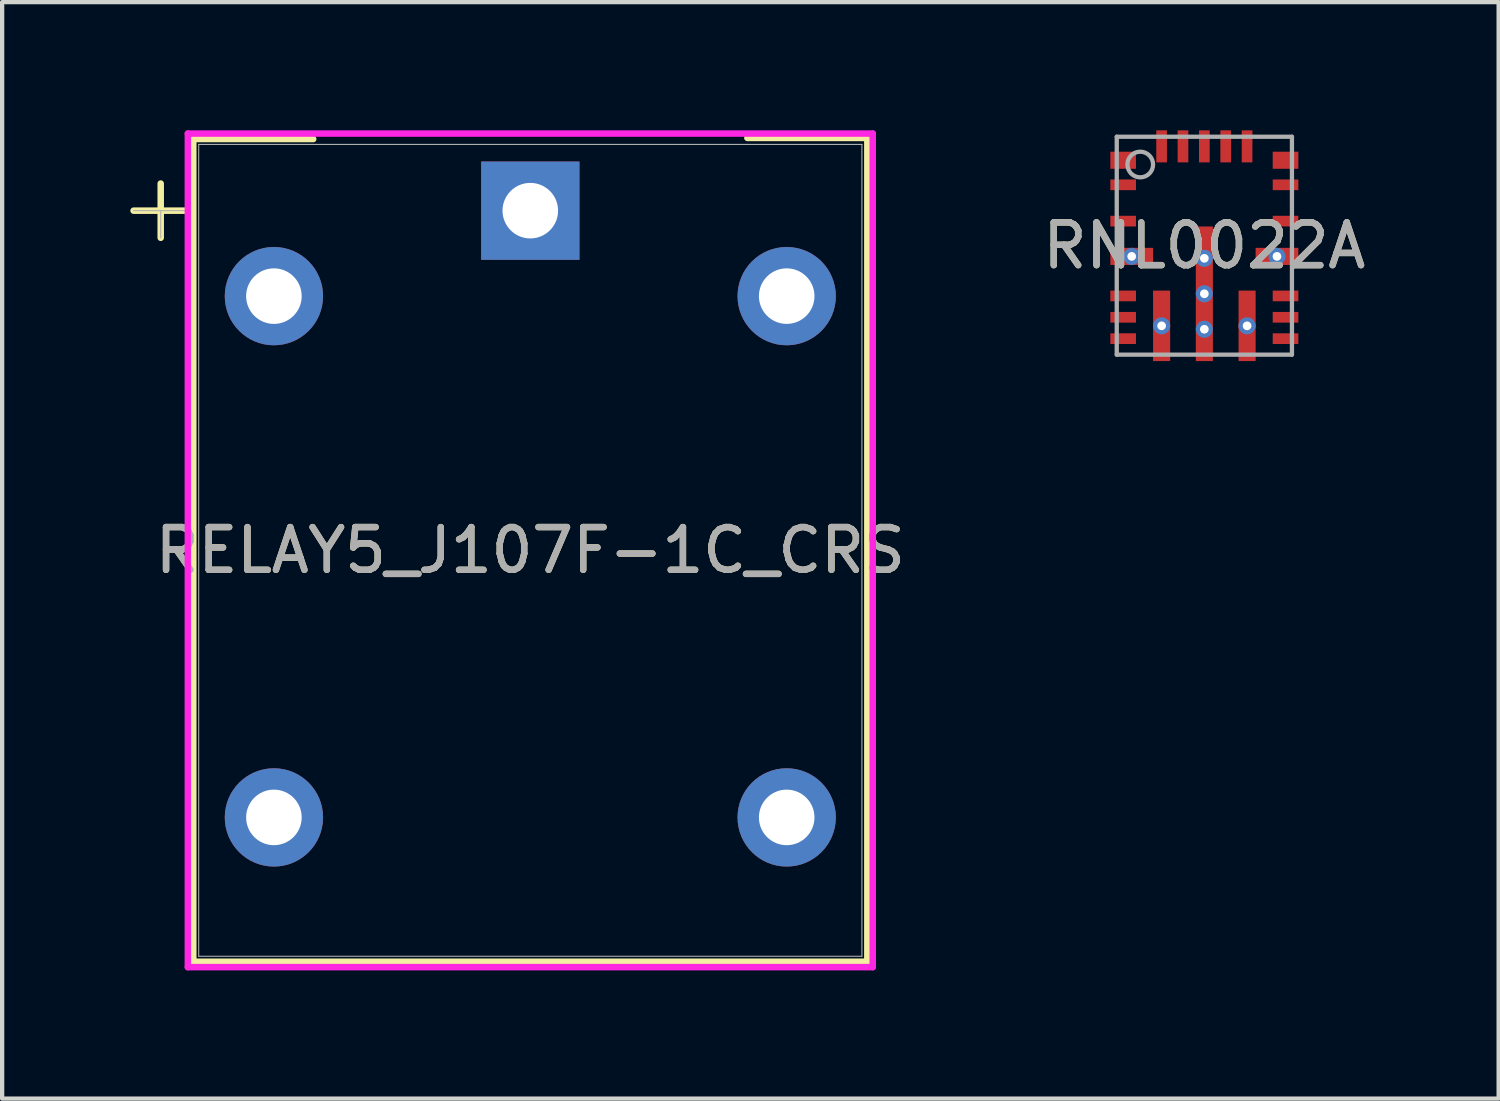
<source format=kicad_pcb>
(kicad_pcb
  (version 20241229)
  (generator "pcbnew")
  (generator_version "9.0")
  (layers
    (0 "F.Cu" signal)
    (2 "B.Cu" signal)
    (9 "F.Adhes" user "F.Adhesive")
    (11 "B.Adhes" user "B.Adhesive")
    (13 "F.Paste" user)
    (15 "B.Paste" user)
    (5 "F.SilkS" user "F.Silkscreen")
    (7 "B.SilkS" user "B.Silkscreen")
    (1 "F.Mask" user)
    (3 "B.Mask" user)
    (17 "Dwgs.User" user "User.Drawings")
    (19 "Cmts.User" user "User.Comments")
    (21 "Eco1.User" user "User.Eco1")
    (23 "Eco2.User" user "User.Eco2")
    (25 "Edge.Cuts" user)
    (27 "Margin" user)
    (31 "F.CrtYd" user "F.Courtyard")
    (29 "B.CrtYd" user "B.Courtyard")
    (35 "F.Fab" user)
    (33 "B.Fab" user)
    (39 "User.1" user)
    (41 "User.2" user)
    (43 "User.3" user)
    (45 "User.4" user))
  (footprint "RELAY5_J107F-1C_CRS"
    (layer "F.Cu")
    (at 9.36 1.88)
    (property "Reference" "RELAY5_J107F-1C_CRS" (at 0 7.95 0) (unlocked yes) (layer "F.SilkS") (effects (font (size 1 1) (thickness 0.15))))
    (attr through_hole)
    (fp_line (start -9.284 0) (end -8.014 0) (stroke (width 0.152) (type solid)) (layer "F.SilkS"))
    (fp_line (start -8.649 -0.635) (end -8.649 0.635) (stroke (width 0.152) (type solid)) (layer "F.SilkS"))
    (fp_line (start -7.887 -1.677) (end -7.887 17.576) (stroke (width 0.152) (type solid)) (layer "F.SilkS"))
    (fp_line (start -7.874 -1.676) (end -5.08 -1.676) (stroke (width 0.152) (type solid)) (layer "F.SilkS"))
    (fp_line (start 5.08 -1.702) (end 7.874 -1.702) (stroke (width 0.152) (type solid)) (layer "F.SilkS"))
    (fp_line (start 7.887 -1.677) (end 7.887 17.576) (stroke (width 0.152) (type solid)) (layer "F.SilkS"))
    (fp_line (start 7.887 17.576) (end -7.887 17.576) (stroke (width 0.152) (type solid)) (layer "F.SilkS"))
    (fp_line (start -8.014 -1.804) (end -8.014 17.703) (stroke (width 0.152) (type solid)) (layer "F.CrtYd"))
    (fp_line (start -8.014 17.703) (end 8.014 17.703) (stroke (width 0.152) (type solid)) (layer "F.CrtYd"))
    (fp_line (start 8.014 -1.804) (end -8.014 -1.804) (stroke (width 0.152) (type solid)) (layer "F.CrtYd"))
    (fp_line (start 8.014 17.703) (end 8.014 -1.804) (stroke (width 0.152) (type solid)) (layer "F.CrtYd"))
    (fp_line (start -9.284 0) (end -8.014 0) (stroke (width 0.025) (type solid)) (layer "F.Fab"))
    (fp_line (start -8.649 0) (end -8.649 0.635) (stroke (width 0.025) (type solid)) (layer "F.Fab"))
    (fp_line (start -7.76 -1.55) (end -7.76 17.449) (stroke (width 0.025) (type solid)) (layer "F.Fab"))
    (fp_line (start 7.76 -1.55) (end -7.76 -1.55) (stroke (width 0.025) (type solid)) (layer "F.Fab"))
    (fp_line (start 7.76 -1.55) (end 7.76 17.449) (stroke (width 0.025) (type solid)) (layer "F.Fab"))
    (fp_line (start 7.76 17.449) (end -7.76 17.449) (stroke (width 0.025) (type solid)) (layer "F.Fab"))
    (fp_text user "${REFERENCE}" (at 0 7.95 0) (unlocked yes) (layer "F.Fab") (effects (font (size 1 1) (thickness 0.15))))
    (pad "1" thru_hole rect (at 0 0) (size 2.3 2.3) (drill 1.3) (layers "*.Cu" "*.Mask"))
    (pad "2" thru_hole circle (at -6 2) (size 2.3 2.3) (drill 1.3) (layers "*.Cu" "*.Mask"))
    (pad "3" thru_hole circle (at -6 14.199) (size 2.3 2.3) (drill 1.3) (layers "*.Cu" "*.Mask"))
    (pad "4" thru_hole circle (at 6 14.199) (size 2.3 2.3) (drill 1.3) (layers "*.Cu" "*.Mask"))
    (pad "5" thru_hole circle (at 6 2) (size 2.3 2.3) (drill 1.3) (layers "*.Cu" "*.Mask")))
  (footprint "RNL0022A"
    (layer "F.Cu")
    (at 25.134 2.7)
    (property "Reference" "RNL0022A" (at 0 0 0) (unlocked yes) (layer "F.SilkS") (effects (font (size 1 1) (thickness 0.15))))
    (attr smd)
    (fp_poly (pts (xy -1.8 0.1) (xy -1.8 0.4) (xy -1.801 0.41) (xy -1.804 0.419) (xy -1.808 0.428) (xy -1.815 0.435) (xy -1.822 0.442) (xy -1.831 0.446) (xy -1.84 0.449) (xy -1.85 0.45) (xy -2.15 0.45) (xy -2.16 0.449) (xy -2.169 0.446) (xy -2.178 0.442) (xy -2.185 0.435) (xy -2.192 0.428) (xy -2.196 0.419) (xy -2.199 0.41) (xy -2.2 0.4) (xy -2.2 0.1) (xy -2.199 0.09) (xy -2.196 0.081) (xy -2.192 0.072) (xy -2.185 0.065) (xy -2.178 0.058) (xy -2.169 0.054) (xy -2.16 0.051) (xy -2.15 0.05) (xy -1.85 0.05) (xy -1.84 0.051) (xy -1.831 0.054) (xy -1.822 0.058) (xy -1.815 0.065) (xy -1.808 0.072) (xy -1.804 0.081) (xy -1.801 0.09)) (stroke (width 0) (type solid)) (fill yes) (layer "F.Paste"))
    (fp_poly (pts (xy -1.6 0.4) (xy -1.6 0.1) (xy -1.599 0.09) (xy -1.596 0.081) (xy -1.592 0.072) (xy -1.585 0.065) (xy -1.578 0.058) (xy -1.569 0.054) (xy -1.56 0.051) (xy -1.55 0.05) (xy -1.25 0.05) (xy -1.24 0.051) (xy -1.231 0.054) (xy -1.222 0.058) (xy -1.215 0.065) (xy -1.208 0.072) (xy -1.204 0.081) (xy -1.201 0.09) (xy -1.2 0.1) (xy -1.2 0.4) (xy -1.201 0.41) (xy -1.204 0.419) (xy -1.208 0.428) (xy -1.215 0.435) (xy -1.222 0.442) (xy -1.231 0.446) (xy -1.24 0.449) (xy -1.25 0.45) (xy -1.55 0.45) (xy -1.56 0.449) (xy -1.569 0.446) (xy -1.578 0.442) (xy -1.585 0.435) (xy -1.592 0.428) (xy -1.596 0.419) (xy -1.599 0.41)) (stroke (width 0) (type solid)) (fill yes) (layer "F.Paste"))
    (fp_poly (pts (xy -1.2 1.725) (xy -1.2 1.165) (xy -1.199 1.155) (xy -1.196 1.146) (xy -1.192 1.137) (xy -1.185 1.13) (xy -1.178 1.123) (xy -1.169 1.119) (xy -1.16 1.116) (xy -1.15 1.115) (xy -0.85 1.115) (xy -0.84 1.116) (xy -0.831 1.119) (xy -0.822 1.123) (xy -0.815 1.13) (xy -0.808 1.137) (xy -0.804 1.146) (xy -0.801 1.155) (xy -0.8 1.165) (xy -0.8 1.725) (xy -0.801 1.735) (xy -0.804 1.744) (xy -0.808 1.753) (xy -0.815 1.76) (xy -0.822 1.767) (xy -0.831 1.771) (xy -0.84 1.774) (xy -0.85 1.775) (xy -1.15 1.775) (xy -1.16 1.774) (xy -1.169 1.771) (xy -1.178 1.767) (xy -1.185 1.76) (xy -1.192 1.753) (xy -1.196 1.744) (xy -1.199 1.735)) (stroke (width 0) (type solid)) (fill yes) (layer "F.Paste"))
    (fp_poly (pts (xy -1.2 2.585) (xy -1.2 2.025) (xy -1.199 2.015) (xy -1.196 2.006) (xy -1.192 1.997) (xy -1.185 1.99) (xy -1.178 1.983) (xy -1.169 1.979) (xy -1.16 1.976) (xy -1.15 1.975) (xy -0.85 1.975) (xy -0.84 1.976) (xy -0.831 1.979) (xy -0.822 1.983) (xy -0.815 1.99) (xy -0.808 1.997) (xy -0.804 2.006) (xy -0.801 2.015) (xy -0.8 2.025) (xy -0.8 2.585) (xy -0.801 2.595) (xy -0.804 2.604) (xy -0.808 2.613) (xy -0.815 2.62) (xy -0.822 2.627) (xy -0.831 2.631) (xy -0.84 2.634) (xy -0.85 2.635) (xy -1.15 2.635) (xy -1.16 2.634) (xy -1.169 2.631) (xy -1.178 2.627) (xy -1.185 2.62) (xy -1.192 2.613) (xy -1.196 2.604) (xy -1.199 2.595)) (stroke (width 0) (type solid)) (fill yes) (layer "F.Paste"))
    (fp_poly (pts (xy -0.2 0.145) (xy -0.2 -0.385) (xy -0.199 -0.395) (xy -0.196 -0.404) (xy -0.192 -0.413) (xy -0.185 -0.42) (xy -0.178 -0.427) (xy -0.169 -0.431) (xy -0.16 -0.434) (xy -0.15 -0.435) (xy 0.15 -0.435) (xy 0.16 -0.434) (xy 0.169 -0.431) (xy 0.178 -0.427) (xy 0.185 -0.42) (xy 0.192 -0.413) (xy 0.196 -0.404) (xy 0.199 -0.395) (xy 0.2 -0.385) (xy 0.2 0.145) (xy 0.199 0.155) (xy 0.196 0.164) (xy 0.192 0.173) (xy 0.185 0.18) (xy 0.178 0.187) (xy 0.169 0.191) (xy 0.16 0.194) (xy 0.15 0.195) (xy -0.15 0.195) (xy -0.16 0.194) (xy -0.169 0.191) (xy -0.178 0.187) (xy -0.185 0.18) (xy -0.192 0.173) (xy -0.196 0.164) (xy -0.199 0.155)) (stroke (width 0) (type solid)) (fill yes) (layer "F.Paste"))
    (fp_poly (pts (xy -0.2 0.975) (xy -0.2 0.445) (xy -0.199 0.435) (xy -0.196 0.426) (xy -0.192 0.417) (xy -0.185 0.41) (xy -0.178 0.403) (xy -0.169 0.399) (xy -0.16 0.396) (xy -0.15 0.395) (xy 0.15 0.395) (xy 0.16 0.396) (xy 0.169 0.399) (xy 0.178 0.403) (xy 0.185 0.41) (xy 0.192 0.417) (xy 0.196 0.426) (xy 0.199 0.435) (xy 0.2 0.445) (xy 0.2 0.975) (xy 0.199 0.985) (xy 0.196 0.994) (xy 0.192 1.003) (xy 0.185 1.01) (xy 0.178 1.017) (xy 0.169 1.021) (xy 0.16 1.024) (xy 0.15 1.025) (xy -0.15 1.025) (xy -0.16 1.024) (xy -0.169 1.021) (xy -0.178 1.017) (xy -0.185 1.01) (xy -0.192 1.003) (xy -0.196 0.994) (xy -0.199 0.985)) (stroke (width 0) (type solid)) (fill yes) (layer "F.Paste"))
    (fp_poly (pts (xy -0.2 1.805) (xy -0.2 1.275) (xy -0.199 1.265) (xy -0.196 1.256) (xy -0.192 1.247) (xy -0.185 1.24) (xy -0.178 1.233) (xy -0.169 1.229) (xy -0.16 1.226) (xy -0.15 1.225) (xy 0.15 1.225) (xy 0.16 1.226) (xy 0.169 1.229) (xy 0.178 1.233) (xy 0.185 1.24) (xy 0.192 1.247) (xy 0.196 1.256) (xy 0.199 1.265) (xy 0.2 1.275) (xy 0.2 1.805) (xy 0.199 1.815) (xy 0.196 1.824) (xy 0.192 1.833) (xy 0.185 1.84) (xy 0.178 1.847) (xy 0.169 1.851) (xy 0.16 1.854) (xy 0.15 1.855) (xy -0.15 1.855) (xy -0.16 1.854) (xy -0.169 1.851) (xy -0.178 1.847) (xy -0.185 1.84) (xy -0.192 1.833) (xy -0.196 1.824) (xy -0.199 1.815)) (stroke (width 0) (type solid)) (fill yes) (layer "F.Paste"))
    (fp_poly (pts (xy -0.2 2.635) (xy -0.2 2.105) (xy -0.199 2.095) (xy -0.196 2.086) (xy -0.192 2.077) (xy -0.185 2.07) (xy -0.178 2.063) (xy -0.169 2.059) (xy -0.16 2.056) (xy -0.15 2.055) (xy 0.15 2.055) (xy 0.16 2.056) (xy 0.169 2.059) (xy 0.178 2.063) (xy 0.185 2.07) (xy 0.192 2.077) (xy 0.196 2.086) (xy 0.199 2.095) (xy 0.2 2.105) (xy 0.2 2.635) (xy 0.199 2.645) (xy 0.196 2.654) (xy 0.192 2.663) (xy 0.185 2.67) (xy 0.178 2.677) (xy 0.169 2.681) (xy 0.16 2.684) (xy 0.15 2.685) (xy -0.15 2.685) (xy -0.16 2.684) (xy -0.169 2.681) (xy -0.178 2.677) (xy -0.185 2.67) (xy -0.192 2.663) (xy -0.196 2.654) (xy -0.199 2.645)) (stroke (width 0) (type solid)) (fill yes) (layer "F.Paste"))
    (fp_poly (pts (xy 1.2 1.165) (xy 1.2 1.725) (xy 1.199 1.735) (xy 1.196 1.744) (xy 1.192 1.753) (xy 1.185 1.76) (xy 1.178 1.767) (xy 1.169 1.771) (xy 1.16 1.774) (xy 1.15 1.775) (xy 0.85 1.775) (xy 0.84 1.774) (xy 0.831 1.771) (xy 0.822 1.767) (xy 0.815 1.76) (xy 0.808 1.753) (xy 0.804 1.744) (xy 0.801 1.735) (xy 0.8 1.725) (xy 0.8 1.165) (xy 0.801 1.155) (xy 0.804 1.146) (xy 0.808 1.137) (xy 0.815 1.13) (xy 0.822 1.123) (xy 0.831 1.119) (xy 0.84 1.116) (xy 0.85 1.115) (xy 1.15 1.115) (xy 1.16 1.116) (xy 1.169 1.119) (xy 1.178 1.123) (xy 1.185 1.13) (xy 1.192 1.137) (xy 1.196 1.146) (xy 1.199 1.155)) (stroke (width 0) (type solid)) (fill yes) (layer "F.Paste"))
    (fp_poly (pts (xy 1.2 2.025) (xy 1.2 2.585) (xy 1.199 2.595) (xy 1.196 2.604) (xy 1.192 2.613) (xy 1.185 2.62) (xy 1.178 2.627) (xy 1.169 2.631) (xy 1.16 2.634) (xy 1.15 2.635) (xy 0.85 2.635) (xy 0.84 2.634) (xy 0.831 2.631) (xy 0.822 2.627) (xy 0.815 2.62) (xy 0.808 2.613) (xy 0.804 2.604) (xy 0.801 2.595) (xy 0.8 2.585) (xy 0.8 2.025) (xy 0.801 2.015) (xy 0.804 2.006) (xy 0.808 1.997) (xy 0.815 1.99) (xy 0.822 1.983) (xy 0.831 1.979) (xy 0.84 1.976) (xy 0.85 1.975) (xy 1.15 1.975) (xy 1.16 1.976) (xy 1.169 1.979) (xy 1.178 1.983) (xy 1.185 1.99) (xy 1.192 1.997) (xy 1.196 2.006) (xy 1.199 2.015)) (stroke (width 0) (type solid)) (fill yes) (layer "F.Paste"))
    (fp_poly (pts (xy 1.6 0.1) (xy 1.6 0.4) (xy 1.599 0.41) (xy 1.596 0.419) (xy 1.592 0.428) (xy 1.585 0.435) (xy 1.578 0.442) (xy 1.569 0.446) (xy 1.56 0.449) (xy 1.55 0.45) (xy 1.25 0.45) (xy 1.24 0.449) (xy 1.231 0.446) (xy 1.222 0.442) (xy 1.215 0.435) (xy 1.208 0.428) (xy 1.204 0.419) (xy 1.201 0.41) (xy 1.2 0.4) (xy 1.2 0.1) (xy 1.201 0.09) (xy 1.204 0.081) (xy 1.208 0.072) (xy 1.215 0.065) (xy 1.222 0.058) (xy 1.231 0.054) (xy 1.24 0.051) (xy 1.25 0.05) (xy 1.55 0.05) (xy 1.56 0.051) (xy 1.569 0.054) (xy 1.578 0.058) (xy 1.585 0.065) (xy 1.592 0.072) (xy 1.596 0.081) (xy 1.599 0.09)) (stroke (width 0) (type solid)) (fill yes) (layer "F.Paste"))
    (fp_poly (pts (xy 1.8 0.4) (xy 1.8 0.1) (xy 1.801 0.09) (xy 1.804 0.081) (xy 1.808 0.072) (xy 1.815 0.065) (xy 1.822 0.058) (xy 1.831 0.054) (xy 1.84 0.051) (xy 1.85 0.05) (xy 2.15 0.05) (xy 2.16 0.051) (xy 2.169 0.054) (xy 2.178 0.058) (xy 2.185 0.065) (xy 2.192 0.072) (xy 2.196 0.081) (xy 2.199 0.09) (xy 2.2 0.1) (xy 2.2 0.4) (xy 2.199 0.41) (xy 2.196 0.419) (xy 2.192 0.428) (xy 2.185 0.435) (xy 2.178 0.442) (xy 2.169 0.446) (xy 2.16 0.449) (xy 2.15 0.45) (xy 1.85 0.45) (xy 1.84 0.449) (xy 1.831 0.446) (xy 1.822 0.442) (xy 1.815 0.435) (xy 1.808 0.428) (xy 1.804 0.419) (xy 1.801 0.41)) (stroke (width 0) (type solid)) (fill yes) (layer "F.Paste"))
    (fp_line (start -2.05 -2.55) (end 2.05 -2.55) (stroke (width 0.1) (type solid)) (layer "F.Fab"))
    (fp_line (start -2.05 2.55) (end -2.05 -2.55) (stroke (width 0.1) (type solid)) (layer "F.Fab"))
    (fp_line (start -2.05 2.55) (end 2.05 2.55) (stroke (width 0.1) (type solid)) (layer "F.Fab"))
    (fp_line (start 2.05 2.55) (end 2.05 -2.55) (stroke (width 0.1) (type solid)) (layer "F.Fab"))
    (fp_circle (center -1.5 -1.9) (end -1.2 -1.9) (stroke (width 0.1) (type solid)) (fill no) (layer "F.Fab"))
    (fp_text user "${REFERENCE}" (at 0 0 0) (unlocked yes) (layer "F.Fab") (effects (font (size 1 1) (thickness 0.15))))
    (pad "1" smd rect (at -1.9 -2 90) (size 0.4 0.6) (layers "F.Cu" "F.Mask" "F.Paste"))
    (pad "2" smd rect (at -1.9 -1.425 90) (size 0.25 0.6) (layers "F.Cu" "F.Mask" "F.Paste"))
    (pad "3" smd rect (at -1.9 -0.575 90) (size 0.25 0.6) (layers "F.Cu" "F.Mask" "F.Paste"))
    (pad "4" smd rect (at -1.7 0.25 90) (size 0.4 1) (layers "F.Cu" "F.Mask"))
    (pad "5" smd rect (at -1.9 1.175 90) (size 0.25 0.6) (layers "F.Cu" "F.Mask" "F.Paste"))
    (pad "6" smd rect (at -1.9 1.675 90) (size 0.25 0.6) (layers "F.Cu" "F.Mask" "F.Paste"))
    (pad "7" smd rect (at -1.9 2.175 90) (size 0.25 0.6) (layers "F.Cu" "F.Mask" "F.Paste"))
    (pad "8" smd rect (at -1 1.875) (size 0.4 1.65) (layers "F.Cu" "F.Mask"))
    (pad "9" smd rect (at 0 1.125) (size 0.4 3.15) (layers "F.Cu" "F.Mask"))
    (pad "10" smd rect (at 1 1.875) (size 0.4 1.65) (layers "F.Cu" "F.Mask"))
    (pad "11" smd rect (at 1.9 2.175 90) (size 0.25 0.6) (layers "F.Cu" "F.Mask" "F.Paste"))
    (pad "12" smd rect (at 1.9 1.675 90) (size 0.25 0.6) (layers "F.Cu" "F.Mask" "F.Paste"))
    (pad "13" smd rect (at 1.9 1.175 90) (size 0.25 0.6) (layers "F.Cu" "F.Mask" "F.Paste"))
    (pad "14" smd rect (at 1.7 0.25 90) (size 0.4 1) (layers "F.Cu" "F.Mask"))
    (pad "15" smd rect (at 1.9 -0.575 90) (size 0.25 0.6) (layers "F.Cu" "F.Mask" "F.Paste"))
    (pad "16" smd rect (at 1.9 -1.425 90) (size 0.25 0.6) (layers "F.Cu" "F.Mask" "F.Paste"))
    (pad "17" smd rect (at 1.9 -2 90) (size 0.4 0.6) (layers "F.Cu" "F.Mask" "F.Paste"))
    (pad "18" smd rect (at 1 -2.325) (size 0.25 0.75) (layers "F.Cu" "F.Mask" "F.Paste"))
    (pad "19" smd rect (at 0.5 -2.325) (size 0.25 0.75) (layers "F.Cu" "F.Mask" "F.Paste"))
    (pad "20" smd rect (at 0 -2.325) (size 0.25 0.75) (layers "F.Cu" "F.Mask" "F.Paste"))
    (pad "21" smd rect (at -0.5 -2.325) (size 0.25 0.75) (layers "F.Cu" "F.Mask" "F.Paste"))
    (pad "22" smd rect (at -1 -2.325) (size 0.25 0.75) (layers "F.Cu" "F.Mask" "F.Paste"))
    (pad "V" thru_hole circle (at -1.7 0.25) (size 0.4 0.4) (drill 0.203) (layers "*.Cu" "*.Mask"))
    (pad "V" thru_hole circle (at -1 1.875) (size 0.4 0.4) (drill 0.203) (layers "*.Cu" "*.Mask"))
    (pad "V" thru_hole circle (at 0 0.295) (size 0.4 0.4) (drill 0.203) (layers "*.Cu" "*.Mask"))
    (pad "V" thru_hole circle (at 0 1.125) (size 0.4 0.4) (drill 0.203) (layers "*.Cu" "*.Mask"))
    (pad "V" thru_hole circle (at 0 1.955) (size 0.4 0.4) (drill 0.203) (layers "*.Cu" "*.Mask"))
    (pad "V" thru_hole circle (at 1 1.875) (size 0.4 0.4) (drill 0.203) (layers "*.Cu" "*.Mask"))
    (pad "V" thru_hole circle (at 1.7 0.25) (size 0.4 0.4) (drill 0.203) (layers "*.Cu" "*.Mask")))
  (gr_rect
    (start -3 -3)
    (end 32.021 22.66)
    (stroke (width 0.1) (type default))
    (fill no)
    (layer "Edge.Cuts")))
</source>
